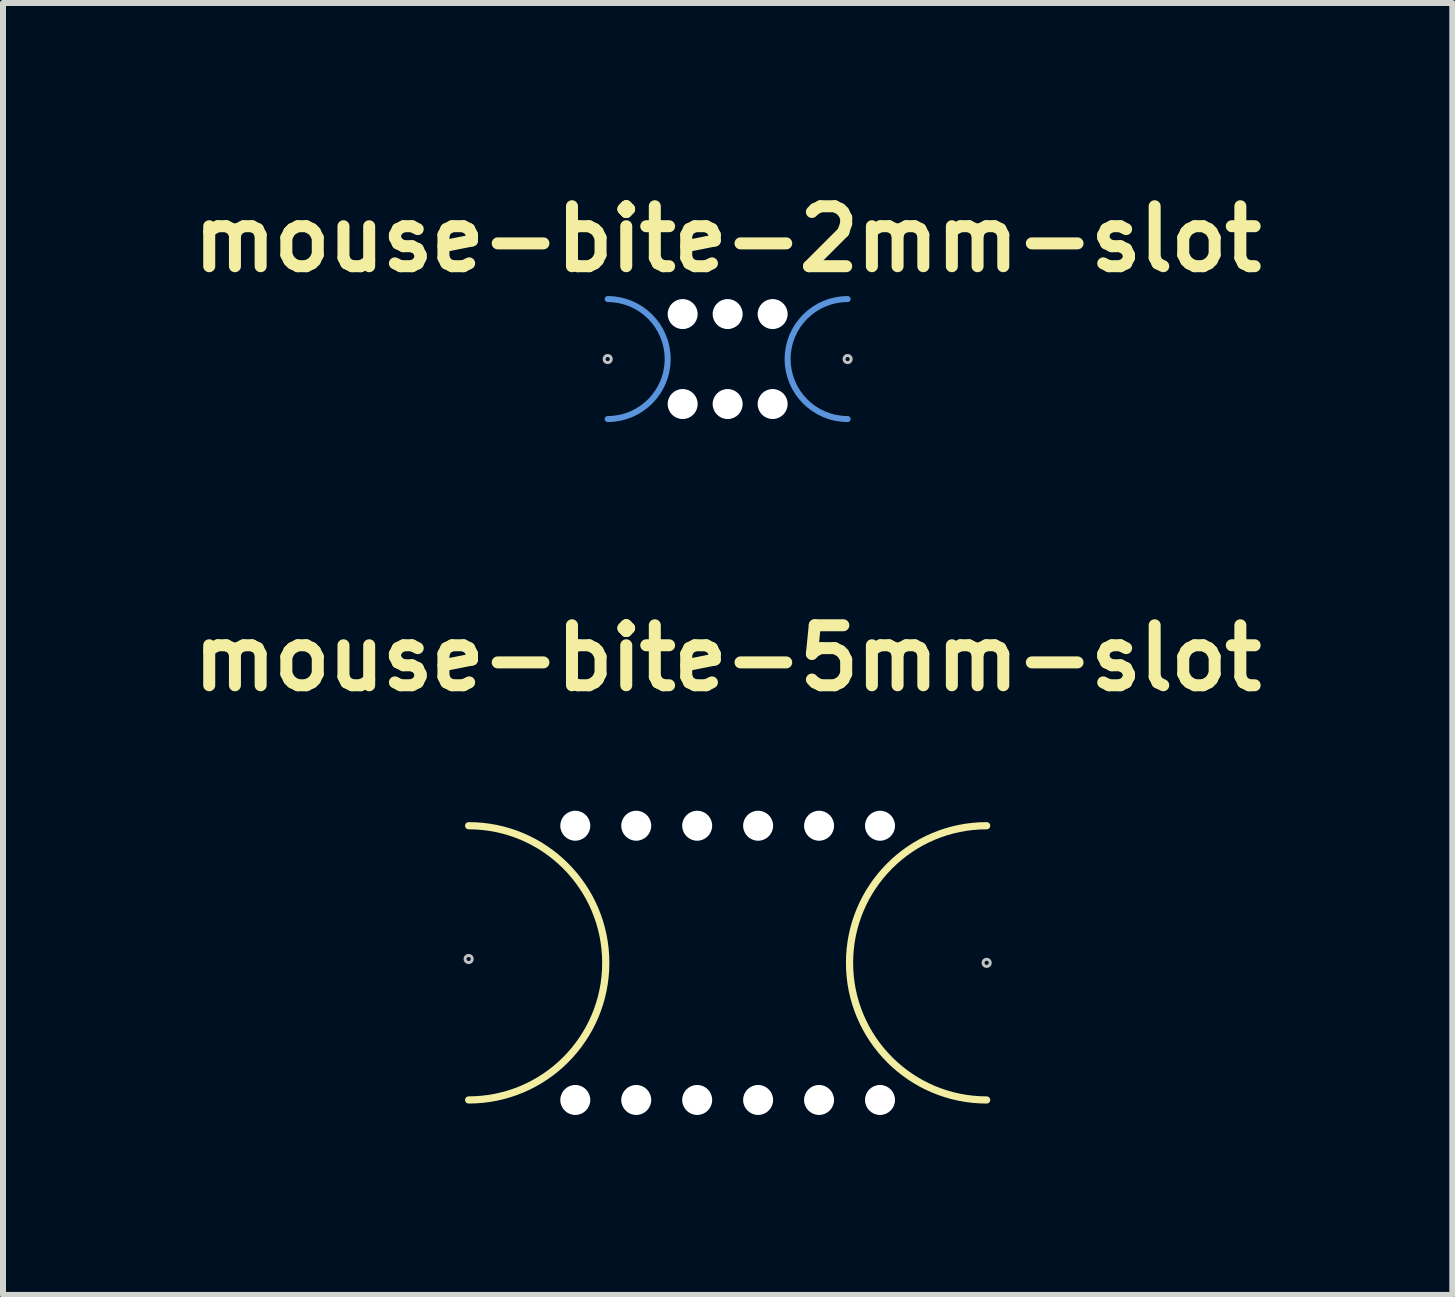
<source format=kicad_pcb>
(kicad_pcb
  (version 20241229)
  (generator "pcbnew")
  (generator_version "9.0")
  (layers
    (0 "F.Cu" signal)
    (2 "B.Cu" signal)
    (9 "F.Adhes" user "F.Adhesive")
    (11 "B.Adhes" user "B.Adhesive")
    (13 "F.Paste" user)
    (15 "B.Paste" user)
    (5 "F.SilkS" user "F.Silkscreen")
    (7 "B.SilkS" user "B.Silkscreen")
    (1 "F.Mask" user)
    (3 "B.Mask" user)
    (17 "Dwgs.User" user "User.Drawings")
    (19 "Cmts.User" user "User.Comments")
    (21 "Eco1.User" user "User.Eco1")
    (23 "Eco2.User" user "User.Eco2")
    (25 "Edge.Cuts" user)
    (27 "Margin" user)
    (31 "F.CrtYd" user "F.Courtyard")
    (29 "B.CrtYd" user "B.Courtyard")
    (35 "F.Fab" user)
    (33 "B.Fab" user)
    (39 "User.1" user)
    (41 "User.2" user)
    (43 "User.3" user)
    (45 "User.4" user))
  (footprint "mouse-bite-2mm-slot"
    (layer "F.Cu")
    (at 9.081 2.936)
    (property "Reference" "mouse-bite-2mm-slot" (at 0 -2 0) (layer "F.SilkS") (effects (font (size 1 1) (thickness 0.2))))
    (attr through_hole)
    (fp_circle (center -2 0) (end -2 -0.06) (stroke (width 0.05) (type solid)) (fill no) (layer "Dwgs.User"))
    (fp_circle (center 2 0) (end 2.06 0) (stroke (width 0.05) (type solid)) (fill no) (layer "Dwgs.User"))
    (fp_arc (start -2 -1) (mid -1 0) (end -2 1) (stroke (width 0.1) (type solid)) (layer "Cmts.User"))
    (fp_arc (start 2 1) (mid 1 0) (end 2 -1) (stroke (width 0.1) (type solid)) (layer "Cmts.User"))
    (fp_line (start -2 0) (end -2 0) (stroke (width 2) (type solid)) (layer "Eco1.User"))
    (fp_line (start 2 0) (end 2 0) (stroke (width 2) (type solid)) (layer "Eco1.User"))
    (pad "" np_thru_hole circle (at -0.75 -0.75) (size 0.5 0.5) (drill 0.5) (layers "*.Cu" "*.Mask"))
    (pad "" np_thru_hole circle (at -0.75 0.75) (size 0.5 0.5) (drill 0.5) (layers "*.Cu" "*.Mask"))
    (pad "" np_thru_hole circle (at 0 -0.75) (size 0.5 0.5) (drill 0.5) (layers "*.Cu" "*.Mask"))
    (pad "" np_thru_hole circle (at 0 0.75) (size 0.5 0.5) (drill 0.5) (layers "*.Cu" "*.Mask"))
    (pad "" np_thru_hole circle (at 0.75 -0.75) (size 0.5 0.5) (drill 0.5) (layers "*.Cu" "*.Mask"))
    (pad "" np_thru_hole circle (at 0.75 0.75) (size 0.5 0.5) (drill 0.5) (layers "*.Cu" "*.Mask")))
  (footprint "mouse-bite-5mm-slot"
    (layer "F.Cu")
    (at 9.081 13.002)
    (property "Reference" "mouse-bite-5mm-slot" (at 0 -5.08 0) (layer "F.SilkS") (effects (font (size 1 1) (thickness 0.2))))
    (attr through_hole)
    (fp_arc (start -4.318 -2.286) (mid -2.032 0) (end -4.318 2.286) (stroke (width 0.12) (type solid)) (layer "F.SilkS"))
    (fp_arc (start 4.318 2.286) (mid 2.032 0) (end 4.318 -2.286) (stroke (width 0.12) (type solid)) (layer "F.SilkS"))
    (fp_circle (center -4.318 -0.064) (end -4.378 -0.064) (stroke (width 0.05) (type solid)) (fill no) (layer "Dwgs.User"))
    (fp_circle (center 4.318 0) (end 4.378 0) (stroke (width 0.05) (type solid)) (fill no) (layer "Dwgs.User"))
    (fp_line (start -4.318 0) (end -4.318 0) (stroke (width 4.508) (type solid)) (layer "Eco1.User"))
    (fp_line (start 4.318 0) (end 4.318 0) (stroke (width 4.508) (type solid)) (layer "Eco1.User"))
    (pad "" np_thru_hole circle (at -2.54 -2.286) (size 0.5 0.5) (drill 0.5) (layers "*.Cu" "*.Mask"))
    (pad "" np_thru_hole circle (at -2.54 2.286) (size 0.5 0.5) (drill 0.5) (layers "*.Cu" "*.Mask"))
    (pad "" np_thru_hole circle (at -1.524 -2.286) (size 0.5 0.5) (drill 0.5) (layers "*.Cu" "*.Mask"))
    (pad "" np_thru_hole circle (at -1.524 2.286) (size 0.5 0.5) (drill 0.5) (layers "*.Cu" "*.Mask"))
    (pad "" np_thru_hole circle (at -0.508 -2.286) (size 0.5 0.5) (drill 0.5) (layers "*.Cu" "*.Mask"))
    (pad "" np_thru_hole circle (at -0.508 2.286) (size 0.5 0.5) (drill 0.5) (layers "*.Cu" "*.Mask"))
    (pad "" np_thru_hole circle (at 0.508 -2.286) (size 0.5 0.5) (drill 0.5) (layers "*.Cu" "*.Mask"))
    (pad "" np_thru_hole circle (at 0.508 2.286) (size 0.5 0.5) (drill 0.5) (layers "*.Cu" "*.Mask"))
    (pad "" np_thru_hole circle (at 1.524 -2.286) (size 0.5 0.5) (drill 0.5) (layers "*.Cu" "*.Mask"))
    (pad "" np_thru_hole circle (at 1.524 2.286) (size 0.5 0.5) (drill 0.5) (layers "*.Cu" "*.Mask"))
    (pad "" np_thru_hole circle (at 2.54 -2.286) (size 0.5 0.5) (drill 0.5) (layers "*.Cu" "*.Mask"))
    (pad "" np_thru_hole circle (at 2.54 2.286) (size 0.5 0.5) (drill 0.5) (layers "*.Cu" "*.Mask")))
  (gr_rect
    (start -3 -3)
    (end 21.162 18.538)
    (stroke (width 0.1) (type default))
    (fill no)
    (layer "Edge.Cuts")))
</source>
